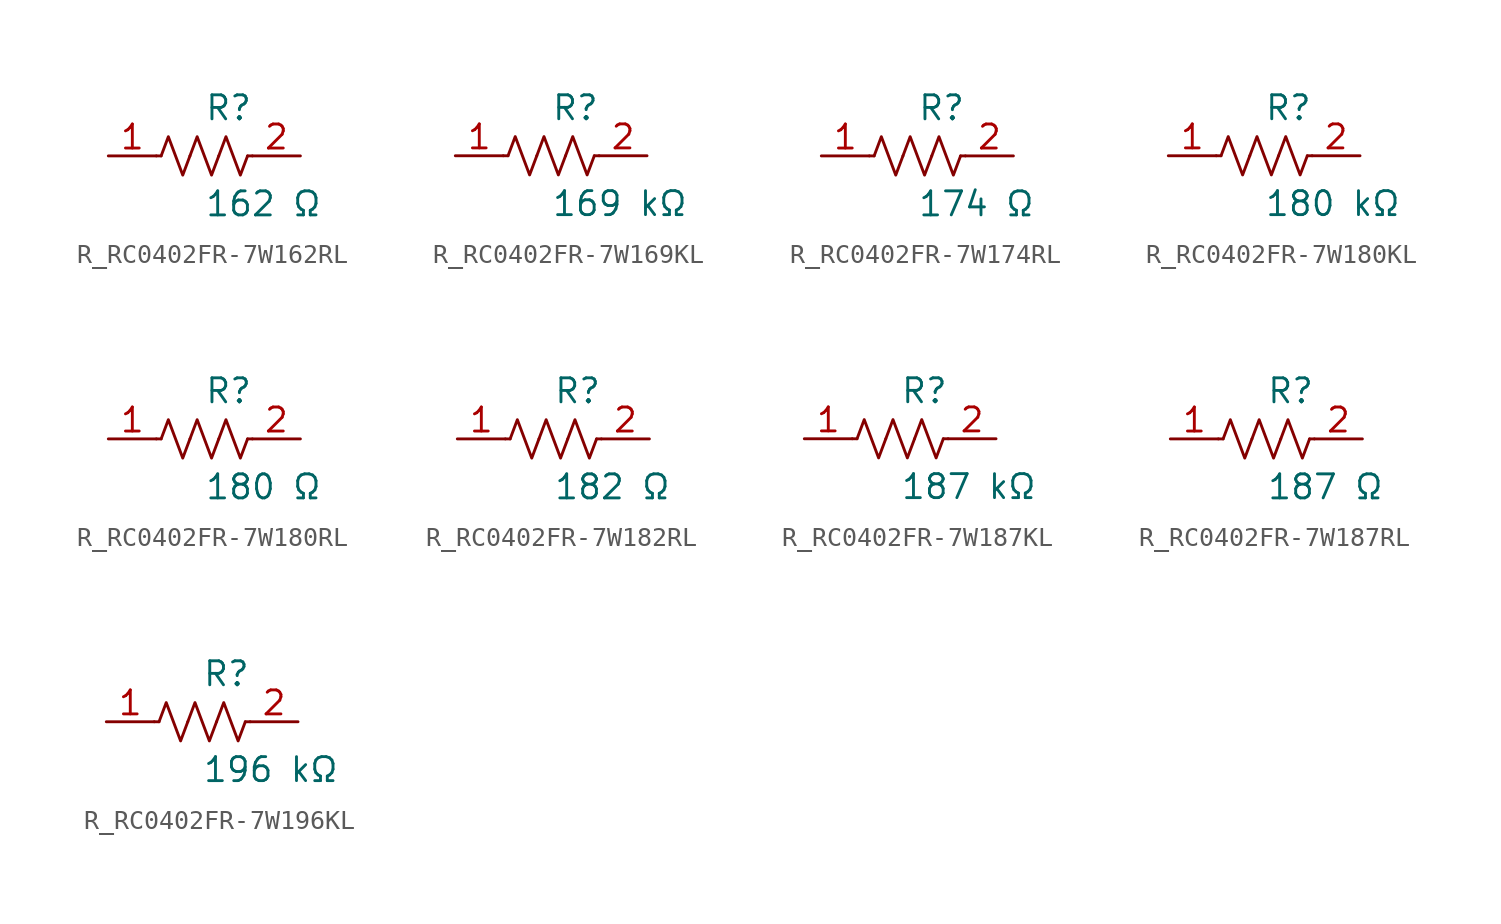
<source format=kicad_sym>
(kicad_symbol_lib
  (version 20231120)
  (generator kicad_symbol_editor)
  (generator_version 8.0)
  (symbol "R_RC0402FR-7W162RL"
    (pin_names
      (offset 0.254))
    (property "Reference" "R"
      (at 0 2.54 0)
      (effects (font (size 1.27 1.27)) (justify left)))
    (property "Value" "162 Ω"
      (at 0 -2.54 0)
      (effects (font (size 1.27 1.27)) (justify left)))
    (symbol "R_RC0402FR-7W162RL_0_1"
      (polyline (pts (xy 2.286 0) (xy 2.54 0)) (stroke (width 0) (type default)) (fill (type none)))
      (polyline (pts (xy -2.286 0) (xy -2.54 0)) (stroke (width 0) (type default)) (fill (type none)))
      (polyline (pts (xy 0.762 0) (xy 1.143 1.016) (xy 1.524 0) (xy 1.905 -1.016) (xy 2.286 0)) (stroke (width 0) (type default)) (fill (type none)))
      (polyline (pts (xy -0.762 0) (xy -0.381 1.016) (xy 0 0) (xy 0.381 -1.016) (xy 0.762 0)) (stroke (width 0) (type default)) (fill (type none)))
      (polyline (pts (xy -2.286 0) (xy -1.905 1.016) (xy -1.524 0) (xy -1.143 -1.016) (xy -0.762 0)) (stroke (width 0) (type default)) (fill (type none))))
    (pin passive line
      (at -5.08 0 0)
      (length 2.54)
      (name "" (effects (font (size 1.27 1.27))))
      (number "1" (effects (font (size 1.27 1.27)))))
    (pin passive line
      (at 5.08 0 180)
      (length 2.54)
      (name "" (effects (font (size 1.27 1.27))))
      (number "2" (effects (font (size 1.27 1.27))))))
  (symbol "R_RC0402FR-7W169KL"
    (pin_names
      (offset 0.254))
    (property "Reference" "R"
      (at 0 2.54 0)
      (effects (font (size 1.27 1.27)) (justify left)))
    (property "Value" "169 kΩ"
      (at 0 -2.54 0)
      (effects (font (size 1.27 1.27)) (justify left)))
    (symbol "R_RC0402FR-7W169KL_0_1"
      (polyline (pts (xy 2.286 0) (xy 2.54 0)) (stroke (width 0) (type default)) (fill (type none)))
      (polyline (pts (xy -2.286 0) (xy -2.54 0)) (stroke (width 0) (type default)) (fill (type none)))
      (polyline (pts (xy 0.762 0) (xy 1.143 1.016) (xy 1.524 0) (xy 1.905 -1.016) (xy 2.286 0)) (stroke (width 0) (type default)) (fill (type none)))
      (polyline (pts (xy -0.762 0) (xy -0.381 1.016) (xy 0 0) (xy 0.381 -1.016) (xy 0.762 0)) (stroke (width 0) (type default)) (fill (type none)))
      (polyline (pts (xy -2.286 0) (xy -1.905 1.016) (xy -1.524 0) (xy -1.143 -1.016) (xy -0.762 0)) (stroke (width 0) (type default)) (fill (type none))))
    (pin passive line
      (at -5.08 0 0)
      (length 2.54)
      (name "" (effects (font (size 1.27 1.27))))
      (number "1" (effects (font (size 1.27 1.27)))))
    (pin passive line
      (at 5.08 0 180)
      (length 2.54)
      (name "" (effects (font (size 1.27 1.27))))
      (number "2" (effects (font (size 1.27 1.27))))))
  (symbol "R_RC0402FR-7W174RL"
    (pin_names
      (offset 0.254))
    (property "Reference" "R"
      (at 0 2.54 0)
      (effects (font (size 1.27 1.27)) (justify left)))
    (property "Value" "174 Ω"
      (at 0 -2.54 0)
      (effects (font (size 1.27 1.27)) (justify left)))
    (symbol "R_RC0402FR-7W174RL_0_1"
      (polyline (pts (xy 2.286 0) (xy 2.54 0)) (stroke (width 0) (type default)) (fill (type none)))
      (polyline (pts (xy -2.286 0) (xy -2.54 0)) (stroke (width 0) (type default)) (fill (type none)))
      (polyline (pts (xy 0.762 0) (xy 1.143 1.016) (xy 1.524 0) (xy 1.905 -1.016) (xy 2.286 0)) (stroke (width 0) (type default)) (fill (type none)))
      (polyline (pts (xy -0.762 0) (xy -0.381 1.016) (xy 0 0) (xy 0.381 -1.016) (xy 0.762 0)) (stroke (width 0) (type default)) (fill (type none)))
      (polyline (pts (xy -2.286 0) (xy -1.905 1.016) (xy -1.524 0) (xy -1.143 -1.016) (xy -0.762 0)) (stroke (width 0) (type default)) (fill (type none))))
    (pin passive line
      (at -5.08 0 0)
      (length 2.54)
      (name "" (effects (font (size 1.27 1.27))))
      (number "1" (effects (font (size 1.27 1.27)))))
    (pin passive line
      (at 5.08 0 180)
      (length 2.54)
      (name "" (effects (font (size 1.27 1.27))))
      (number "2" (effects (font (size 1.27 1.27))))))
  (symbol "R_RC0402FR-7W180KL"
    (pin_names
      (offset 0.254))
    (property "Reference" "R"
      (at 0 2.54 0)
      (effects (font (size 1.27 1.27)) (justify left)))
    (property "Value" "180 kΩ"
      (at 0 -2.54 0)
      (effects (font (size 1.27 1.27)) (justify left)))
    (symbol "R_RC0402FR-7W180KL_0_1"
      (polyline (pts (xy 2.286 0) (xy 2.54 0)) (stroke (width 0) (type default)) (fill (type none)))
      (polyline (pts (xy -2.286 0) (xy -2.54 0)) (stroke (width 0) (type default)) (fill (type none)))
      (polyline (pts (xy 0.762 0) (xy 1.143 1.016) (xy 1.524 0) (xy 1.905 -1.016) (xy 2.286 0)) (stroke (width 0) (type default)) (fill (type none)))
      (polyline (pts (xy -0.762 0) (xy -0.381 1.016) (xy 0 0) (xy 0.381 -1.016) (xy 0.762 0)) (stroke (width 0) (type default)) (fill (type none)))
      (polyline (pts (xy -2.286 0) (xy -1.905 1.016) (xy -1.524 0) (xy -1.143 -1.016) (xy -0.762 0)) (stroke (width 0) (type default)) (fill (type none))))
    (pin passive line
      (at -5.08 0 0)
      (length 2.54)
      (name "" (effects (font (size 1.27 1.27))))
      (number "1" (effects (font (size 1.27 1.27)))))
    (pin passive line
      (at 5.08 0 180)
      (length 2.54)
      (name "" (effects (font (size 1.27 1.27))))
      (number "2" (effects (font (size 1.27 1.27))))))
  (symbol "R_RC0402FR-7W180RL"
    (pin_names
      (offset 0.254))
    (property "Reference" "R"
      (at 0 2.54 0)
      (effects (font (size 1.27 1.27)) (justify left)))
    (property "Value" "180 Ω"
      (at 0 -2.54 0)
      (effects (font (size 1.27 1.27)) (justify left)))
    (symbol "R_RC0402FR-7W180RL_0_1"
      (polyline (pts (xy 2.286 0) (xy 2.54 0)) (stroke (width 0) (type default)) (fill (type none)))
      (polyline (pts (xy -2.286 0) (xy -2.54 0)) (stroke (width 0) (type default)) (fill (type none)))
      (polyline (pts (xy 0.762 0) (xy 1.143 1.016) (xy 1.524 0) (xy 1.905 -1.016) (xy 2.286 0)) (stroke (width 0) (type default)) (fill (type none)))
      (polyline (pts (xy -0.762 0) (xy -0.381 1.016) (xy 0 0) (xy 0.381 -1.016) (xy 0.762 0)) (stroke (width 0) (type default)) (fill (type none)))
      (polyline (pts (xy -2.286 0) (xy -1.905 1.016) (xy -1.524 0) (xy -1.143 -1.016) (xy -0.762 0)) (stroke (width 0) (type default)) (fill (type none))))
    (pin passive line
      (at -5.08 0 0)
      (length 2.54)
      (name "" (effects (font (size 1.27 1.27))))
      (number "1" (effects (font (size 1.27 1.27)))))
    (pin passive line
      (at 5.08 0 180)
      (length 2.54)
      (name "" (effects (font (size 1.27 1.27))))
      (number "2" (effects (font (size 1.27 1.27))))))
  (symbol "R_RC0402FR-7W182RL"
    (pin_names
      (offset 0.254))
    (property "Reference" "R"
      (at 0 2.54 0)
      (effects (font (size 1.27 1.27)) (justify left)))
    (property "Value" "182 Ω"
      (at 0 -2.54 0)
      (effects (font (size 1.27 1.27)) (justify left)))
    (symbol "R_RC0402FR-7W182RL_0_1"
      (polyline (pts (xy 2.286 0) (xy 2.54 0)) (stroke (width 0) (type default)) (fill (type none)))
      (polyline (pts (xy -2.286 0) (xy -2.54 0)) (stroke (width 0) (type default)) (fill (type none)))
      (polyline (pts (xy 0.762 0) (xy 1.143 1.016) (xy 1.524 0) (xy 1.905 -1.016) (xy 2.286 0)) (stroke (width 0) (type default)) (fill (type none)))
      (polyline (pts (xy -0.762 0) (xy -0.381 1.016) (xy 0 0) (xy 0.381 -1.016) (xy 0.762 0)) (stroke (width 0) (type default)) (fill (type none)))
      (polyline (pts (xy -2.286 0) (xy -1.905 1.016) (xy -1.524 0) (xy -1.143 -1.016) (xy -0.762 0)) (stroke (width 0) (type default)) (fill (type none))))
    (pin passive line
      (at -5.08 0 0)
      (length 2.54)
      (name "" (effects (font (size 1.27 1.27))))
      (number "1" (effects (font (size 1.27 1.27)))))
    (pin passive line
      (at 5.08 0 180)
      (length 2.54)
      (name "" (effects (font (size 1.27 1.27))))
      (number "2" (effects (font (size 1.27 1.27))))))
  (symbol "R_RC0402FR-7W187KL"
    (pin_names
      (offset 0.254))
    (property "Reference" "R"
      (at 0 2.54 0)
      (effects (font (size 1.27 1.27)) (justify left)))
    (property "Value" "187 kΩ"
      (at 0 -2.54 0)
      (effects (font (size 1.27 1.27)) (justify left)))
    (symbol "R_RC0402FR-7W187KL_0_1"
      (polyline (pts (xy 2.286 0) (xy 2.54 0)) (stroke (width 0) (type default)) (fill (type none)))
      (polyline (pts (xy -2.286 0) (xy -2.54 0)) (stroke (width 0) (type default)) (fill (type none)))
      (polyline (pts (xy 0.762 0) (xy 1.143 1.016) (xy 1.524 0) (xy 1.905 -1.016) (xy 2.286 0)) (stroke (width 0) (type default)) (fill (type none)))
      (polyline (pts (xy -0.762 0) (xy -0.381 1.016) (xy 0 0) (xy 0.381 -1.016) (xy 0.762 0)) (stroke (width 0) (type default)) (fill (type none)))
      (polyline (pts (xy -2.286 0) (xy -1.905 1.016) (xy -1.524 0) (xy -1.143 -1.016) (xy -0.762 0)) (stroke (width 0) (type default)) (fill (type none))))
    (pin passive line
      (at -5.08 0 0)
      (length 2.54)
      (name "" (effects (font (size 1.27 1.27))))
      (number "1" (effects (font (size 1.27 1.27)))))
    (pin passive line
      (at 5.08 0 180)
      (length 2.54)
      (name "" (effects (font (size 1.27 1.27))))
      (number "2" (effects (font (size 1.27 1.27))))))
  (symbol "R_RC0402FR-7W187RL"
    (pin_names
      (offset 0.254))
    (property "Reference" "R"
      (at 0 2.54 0)
      (effects (font (size 1.27 1.27)) (justify left)))
    (property "Value" "187 Ω"
      (at 0 -2.54 0)
      (effects (font (size 1.27 1.27)) (justify left)))
    (symbol "R_RC0402FR-7W187RL_0_1"
      (polyline (pts (xy 2.286 0) (xy 2.54 0)) (stroke (width 0) (type default)) (fill (type none)))
      (polyline (pts (xy -2.286 0) (xy -2.54 0)) (stroke (width 0) (type default)) (fill (type none)))
      (polyline (pts (xy 0.762 0) (xy 1.143 1.016) (xy 1.524 0) (xy 1.905 -1.016) (xy 2.286 0)) (stroke (width 0) (type default)) (fill (type none)))
      (polyline (pts (xy -0.762 0) (xy -0.381 1.016) (xy 0 0) (xy 0.381 -1.016) (xy 0.762 0)) (stroke (width 0) (type default)) (fill (type none)))
      (polyline (pts (xy -2.286 0) (xy -1.905 1.016) (xy -1.524 0) (xy -1.143 -1.016) (xy -0.762 0)) (stroke (width 0) (type default)) (fill (type none))))
    (pin passive line
      (at -5.08 0 0)
      (length 2.54)
      (name "" (effects (font (size 1.27 1.27))))
      (number "1" (effects (font (size 1.27 1.27)))))
    (pin passive line
      (at 5.08 0 180)
      (length 2.54)
      (name "" (effects (font (size 1.27 1.27))))
      (number "2" (effects (font (size 1.27 1.27))))))
  (symbol "R_RC0402FR-7W196KL"
    (pin_names
      (offset 0.254))
    (property "Reference" "R"
      (at 0 2.54 0)
      (effects (font (size 1.27 1.27)) (justify left)))
    (property "Value" "196 kΩ"
      (at 0 -2.54 0)
      (effects (font (size 1.27 1.27)) (justify left)))
    (symbol "R_RC0402FR-7W196KL_0_1"
      (polyline (pts (xy 2.286 0) (xy 2.54 0)) (stroke (width 0) (type default)) (fill (type none)))
      (polyline (pts (xy -2.286 0) (xy -2.54 0)) (stroke (width 0) (type default)) (fill (type none)))
      (polyline (pts (xy 0.762 0) (xy 1.143 1.016) (xy 1.524 0) (xy 1.905 -1.016) (xy 2.286 0)) (stroke (width 0) (type default)) (fill (type none)))
      (polyline (pts (xy -0.762 0) (xy -0.381 1.016) (xy 0 0) (xy 0.381 -1.016) (xy 0.762 0)) (stroke (width 0) (type default)) (fill (type none)))
      (polyline (pts (xy -2.286 0) (xy -1.905 1.016) (xy -1.524 0) (xy -1.143 -1.016) (xy -0.762 0)) (stroke (width 0) (type default)) (fill (type none))))
    (pin passive line
      (at -5.08 0 0)
      (length 2.54)
      (name "" (effects (font (size 1.27 1.27))))
      (number "1" (effects (font (size 1.27 1.27)))))
    (pin passive line
      (at 5.08 0 180)
      (length 2.54)
      (name "" (effects (font (size 1.27 1.27))))
      (number "2" (effects (font (size 1.27 1.27)))))))
</source>
